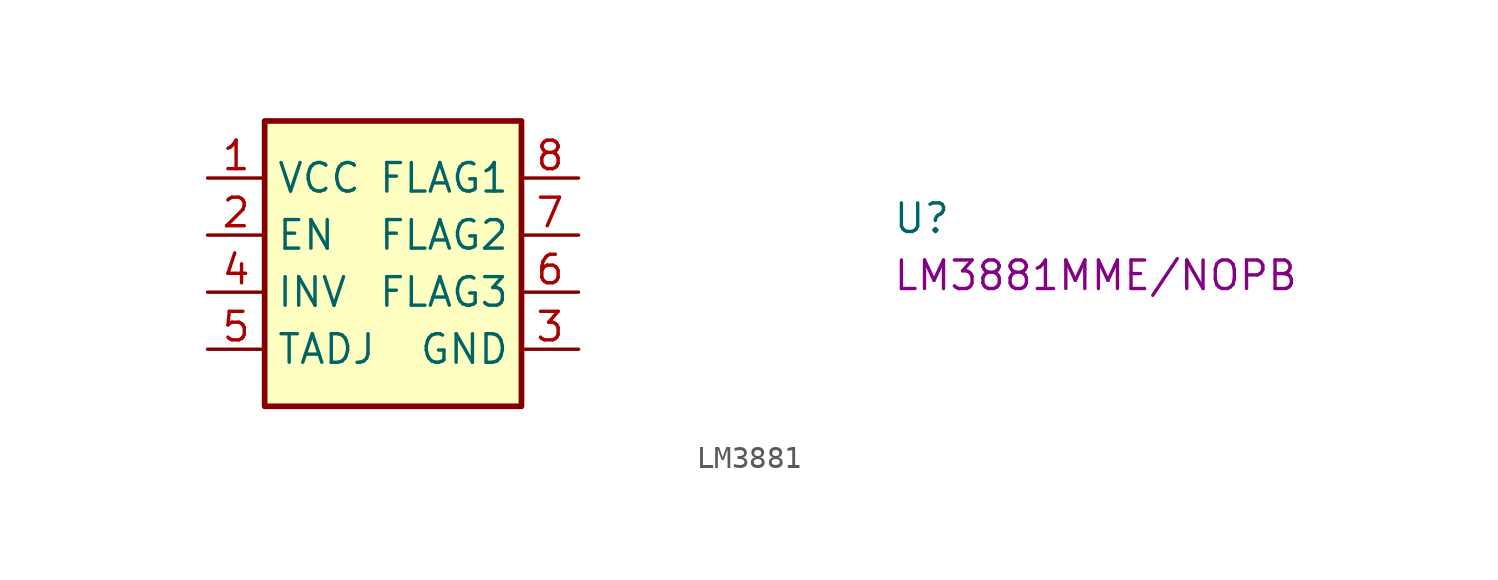
<source format=kicad_sym>
(kicad_symbol_lib
  (version 20220914)
  (generator kicad_symbol_editor)
  (symbol "LM3881"
    (property "Reference" "U"
      (at 30.48 -2.54 0)
      (effects (font (size 1.27 1.27) (thickness 0.15)) (justify left bottom)))
    (property "MPN" "LM3881MME/NOPB"
      (at 30.48 -5.08 0)
      (effects (font (size 1.27 1.27) (thickness 0.15)) (justify left bottom)))
    (symbol "LM3881_1_1"
      (rectangle (start 2.54 2.54) (end 13.97 -10.16) (stroke (width 0.254) (type default)) (fill (type background)))
      (pin power_in line (at 0 0 0) (length 2.54) (name "VCC" (effects (font (size 1.27 1.27)))) (number "1" (effects (font (size 1.27 1.27)))))
      (pin passive line (at 0 -2.54 0) (length 2.54) (name "EN" (effects (font (size 1.27 1.27)))) (number "2" (effects (font (size 1.27 1.27)))))
      (pin power_in line (at 16.51 -7.62 180) (length 2.54) (name "GND" (effects (font (size 1.27 1.27)))) (number "3" (effects (font (size 1.27 1.27)))))
      (pin input line (at 0 -5.08 0) (length 2.54) (name "INV" (effects (font (size 1.27 1.27)))) (number "4" (effects (font (size 1.27 1.27)))))
      (pin passive line (at 0 -7.62 0) (length 2.54) (name "TADJ" (effects (font (size 1.27 1.27)))) (number "5" (effects (font (size 1.27 1.27)))))
      (pin open_collector line (at 16.51 -5.08 180) (length 2.54) (name "FLAG3" (effects (font (size 1.27 1.27)))) (number "6" (effects (font (size 1.27 1.27)))))
      (pin open_collector line (at 16.51 -2.54 180) (length 2.54) (name "FLAG2" (effects (font (size 1.27 1.27)))) (number "7" (effects (font (size 1.27 1.27)))))
      (pin open_collector line (at 16.51 0 180) (length 2.54) (name "FLAG1" (effects (font (size 1.27 1.27)))) (number "8" (effects (font (size 1.27 1.27))))))))
</source>
